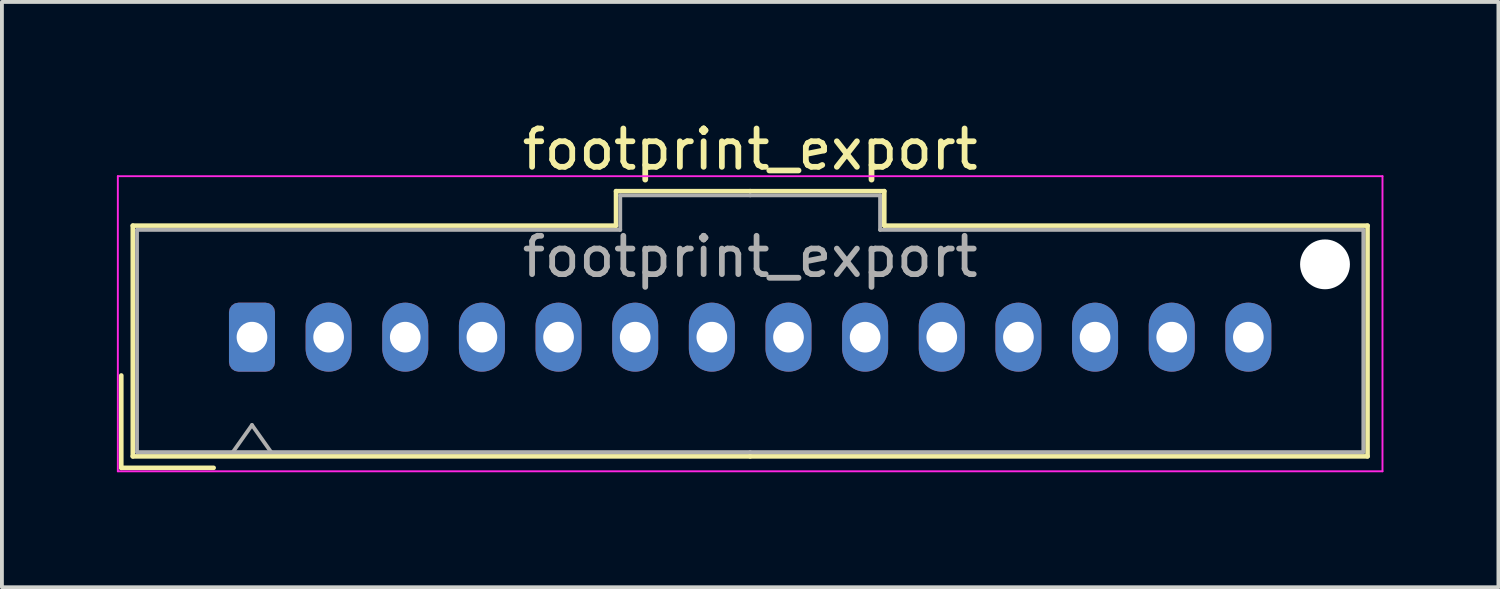
<source format=kicad_pcb>
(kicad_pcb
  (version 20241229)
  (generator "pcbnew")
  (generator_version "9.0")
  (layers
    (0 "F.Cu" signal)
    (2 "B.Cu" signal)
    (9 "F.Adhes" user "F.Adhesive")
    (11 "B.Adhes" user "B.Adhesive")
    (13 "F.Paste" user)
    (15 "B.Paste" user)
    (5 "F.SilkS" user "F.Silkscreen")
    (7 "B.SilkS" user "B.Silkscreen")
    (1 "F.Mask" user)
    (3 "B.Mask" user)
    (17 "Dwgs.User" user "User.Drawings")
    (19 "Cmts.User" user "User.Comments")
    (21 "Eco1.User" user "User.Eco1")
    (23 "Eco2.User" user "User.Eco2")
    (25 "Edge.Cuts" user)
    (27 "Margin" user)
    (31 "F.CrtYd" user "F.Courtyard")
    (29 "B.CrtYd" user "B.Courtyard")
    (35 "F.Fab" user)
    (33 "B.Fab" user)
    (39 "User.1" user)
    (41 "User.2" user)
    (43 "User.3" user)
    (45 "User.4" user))
  (footprint "footprint_export"
    (layer "F.Cu")
    (at 3.525 5.748)
    (property "Reference" "footprint_export" (at 13 -4.9 0) (layer "F.SilkS") (effects (font (size 1 1) (thickness 0.15))))
    (attr through_hole)
    (fp_line (start -3.41 1) (end -3.41 3.41) (stroke (width 0.12) (type solid)) (layer "F.SilkS"))
    (fp_line (start -3.41 3.41) (end -1 3.41) (stroke (width 0.12) (type solid)) (layer "F.SilkS"))
    (fp_line (start -3.11 -2.91) (end -3.11 3.11) (stroke (width 0.12) (type solid)) (layer "F.SilkS"))
    (fp_line (start -3.11 3.11) (end 13 3.11) (stroke (width 0.12) (type solid)) (layer "F.SilkS"))
    (fp_line (start 9.5 -3.81) (end 9.5 -2.91) (stroke (width 0.12) (type solid)) (layer "F.SilkS"))
    (fp_line (start 9.5 -2.91) (end -3.11 -2.91) (stroke (width 0.12) (type solid)) (layer "F.SilkS"))
    (fp_line (start 13 -3.81) (end 9.5 -3.81) (stroke (width 0.12) (type solid)) (layer "F.SilkS"))
    (fp_line (start 13 -3.81) (end 16.5 -3.81) (stroke (width 0.12) (type solid)) (layer "F.SilkS"))
    (fp_line (start 16.5 -3.81) (end 16.5 -2.91) (stroke (width 0.12) (type solid)) (layer "F.SilkS"))
    (fp_line (start 16.5 -2.91) (end 29.11 -2.91) (stroke (width 0.12) (type solid)) (layer "F.SilkS"))
    (fp_line (start 29.11 -2.91) (end 29.11 3.11) (stroke (width 0.12) (type solid)) (layer "F.SilkS"))
    (fp_line (start 29.11 3.11) (end 13 3.11) (stroke (width 0.12) (type solid)) (layer "F.SilkS"))
    (fp_line (start -3.5 -4.2) (end -3.5 3.5) (stroke (width 0.05) (type solid)) (layer "F.CrtYd"))
    (fp_line (start -3.5 3.5) (end 29.5 3.5) (stroke (width 0.05) (type solid)) (layer "F.CrtYd"))
    (fp_line (start 29.5 -4.2) (end -3.5 -4.2) (stroke (width 0.05) (type solid)) (layer "F.CrtYd"))
    (fp_line (start 29.5 3.5) (end 29.5 -4.2) (stroke (width 0.05) (type solid)) (layer "F.CrtYd"))
    (fp_line (start -3 -2.8) (end -3 3) (stroke (width 0.1) (type solid)) (layer "F.Fab"))
    (fp_line (start -3 3) (end 13 3) (stroke (width 0.1) (type solid)) (layer "F.Fab"))
    (fp_line (start -0.5 3) (end 0 2.293) (stroke (width 0.1) (type solid)) (layer "F.Fab"))
    (fp_line (start 0 2.293) (end 0.5 3) (stroke (width 0.1) (type solid)) (layer "F.Fab"))
    (fp_line (start 9.61 -3.7) (end 9.61 -2.8) (stroke (width 0.1) (type solid)) (layer "F.Fab"))
    (fp_line (start 9.61 -2.8) (end -3 -2.8) (stroke (width 0.1) (type solid)) (layer "F.Fab"))
    (fp_line (start 13 -3.7) (end 9.61 -3.7) (stroke (width 0.1) (type solid)) (layer "F.Fab"))
    (fp_line (start 13 -3.7) (end 16.39 -3.7) (stroke (width 0.1) (type solid)) (layer "F.Fab"))
    (fp_line (start 16.39 -3.7) (end 16.39 -2.8) (stroke (width 0.1) (type solid)) (layer "F.Fab"))
    (fp_line (start 16.39 -2.8) (end 29 -2.8) (stroke (width 0.1) (type solid)) (layer "F.Fab"))
    (fp_line (start 29 -2.8) (end 29 3) (stroke (width 0.1) (type solid)) (layer "F.Fab"))
    (fp_line (start 29 3) (end 13 3) (stroke (width 0.1) (type solid)) (layer "F.Fab"))
    (fp_text user "${REFERENCE}" (at 13 -2.1 0) (layer "F.Fab") (effects (font (size 1 1) (thickness 0.15))))
    (pad "" np_thru_hole circle (at 28 -1.9) (size 1.3 1.3) (drill 1.3) (layers "*.Cu" "*.Mask"))
    (pad "1" thru_hole roundrect (at 0 0) (size 1.2 1.8) (drill 0.8) (layers "*.Cu" "*.Mask") (roundrect_rratio 0.208))
    (pad "2" thru_hole oval (at 2 0) (size 1.2 1.8) (drill 0.8) (layers "*.Cu" "*.Mask"))
    (pad "3" thru_hole oval (at 4 0) (size 1.2 1.8) (drill 0.8) (layers "*.Cu" "*.Mask"))
    (pad "4" thru_hole oval (at 6 0) (size 1.2 1.8) (drill 0.8) (layers "*.Cu" "*.Mask"))
    (pad "5" thru_hole oval (at 8 0) (size 1.2 1.8) (drill 0.8) (layers "*.Cu" "*.Mask"))
    (pad "6" thru_hole oval (at 10 0) (size 1.2 1.8) (drill 0.8) (layers "*.Cu" "*.Mask"))
    (pad "7" thru_hole oval (at 12 0) (size 1.2 1.8) (drill 0.8) (layers "*.Cu" "*.Mask"))
    (pad "8" thru_hole oval (at 14 0) (size 1.2 1.8) (drill 0.8) (layers "*.Cu" "*.Mask"))
    (pad "9" thru_hole oval (at 16 0) (size 1.2 1.8) (drill 0.8) (layers "*.Cu" "*.Mask"))
    (pad "10" thru_hole oval (at 18 0) (size 1.2 1.8) (drill 0.8) (layers "*.Cu" "*.Mask"))
    (pad "11" thru_hole oval (at 20 0) (size 1.2 1.8) (drill 0.8) (layers "*.Cu" "*.Mask"))
    (pad "12" thru_hole oval (at 22 0) (size 1.2 1.8) (drill 0.8) (layers "*.Cu" "*.Mask"))
    (pad "13" thru_hole oval (at 24 0) (size 1.2 1.8) (drill 0.8) (layers "*.Cu" "*.Mask"))
    (pad "14" thru_hole oval (at 26 0) (size 1.2 1.8) (drill 0.8) (layers "*.Cu" "*.Mask")))
  (gr_rect
    (start -3 -3)
    (end 36.05 12.273)
    (stroke (width 0.1) (type default))
    (fill no)
    (layer "Edge.Cuts")))
</source>
